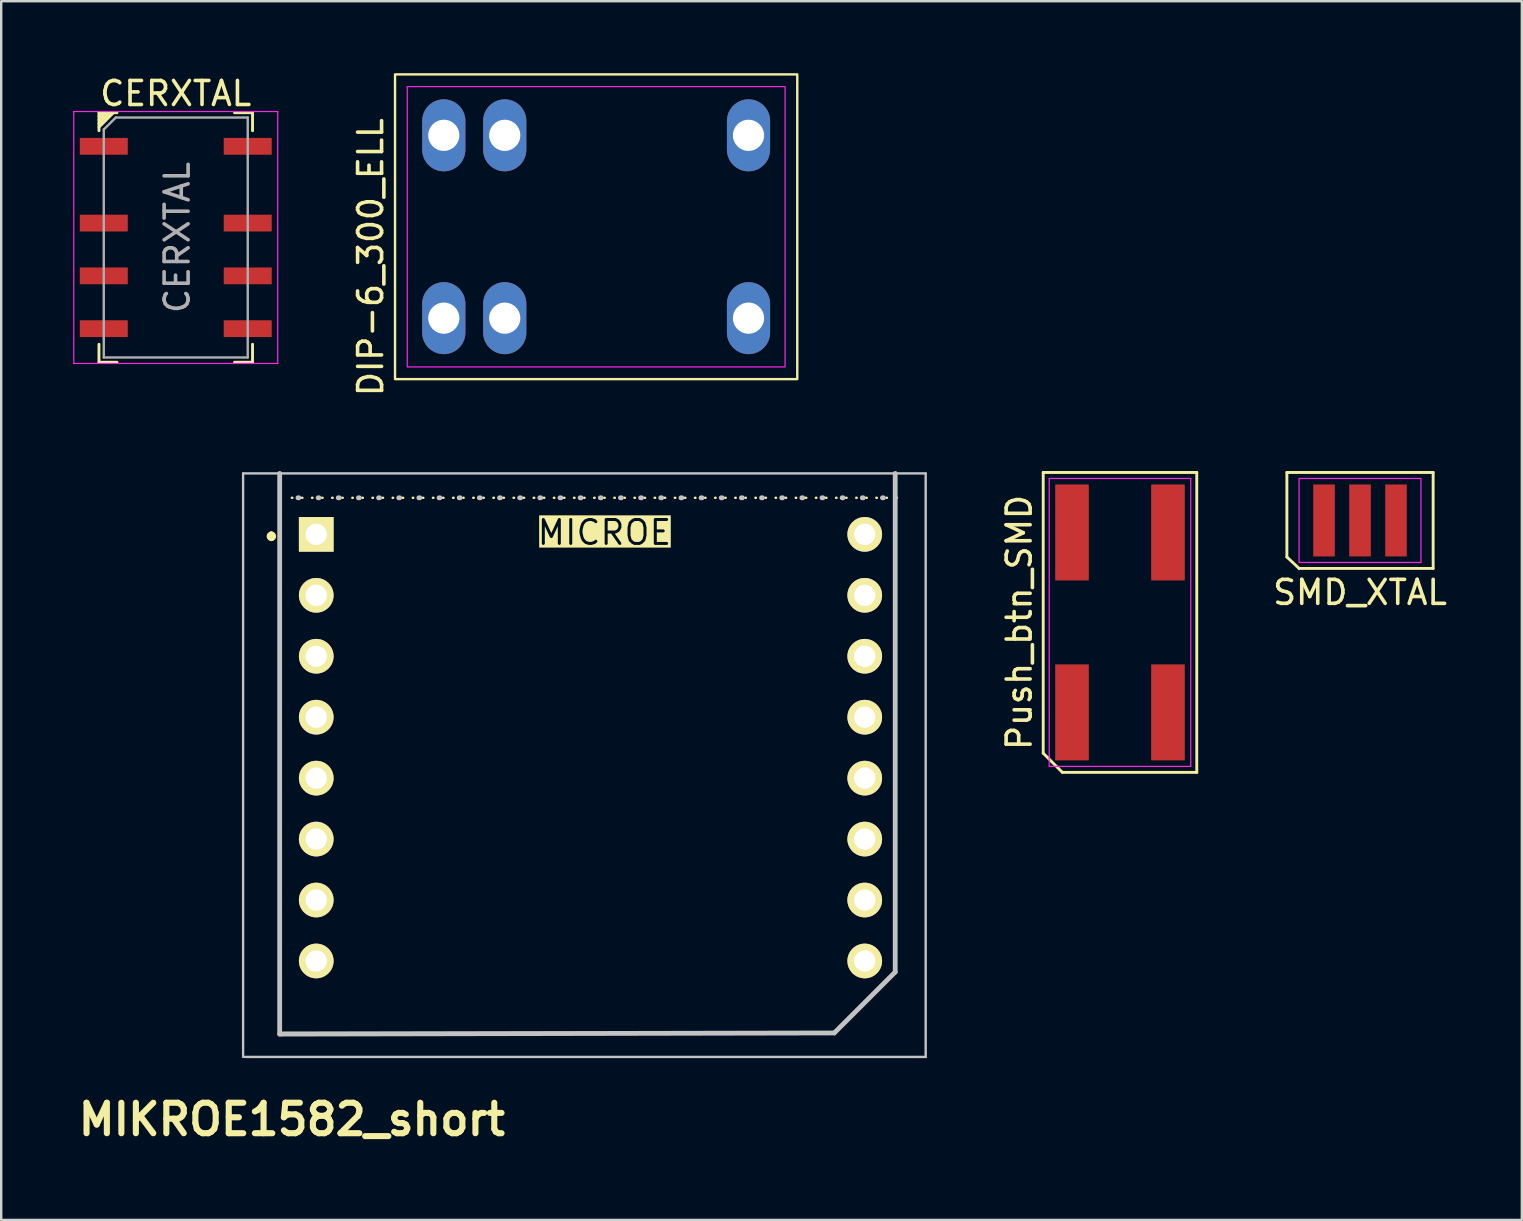
<source format=kicad_pcb>
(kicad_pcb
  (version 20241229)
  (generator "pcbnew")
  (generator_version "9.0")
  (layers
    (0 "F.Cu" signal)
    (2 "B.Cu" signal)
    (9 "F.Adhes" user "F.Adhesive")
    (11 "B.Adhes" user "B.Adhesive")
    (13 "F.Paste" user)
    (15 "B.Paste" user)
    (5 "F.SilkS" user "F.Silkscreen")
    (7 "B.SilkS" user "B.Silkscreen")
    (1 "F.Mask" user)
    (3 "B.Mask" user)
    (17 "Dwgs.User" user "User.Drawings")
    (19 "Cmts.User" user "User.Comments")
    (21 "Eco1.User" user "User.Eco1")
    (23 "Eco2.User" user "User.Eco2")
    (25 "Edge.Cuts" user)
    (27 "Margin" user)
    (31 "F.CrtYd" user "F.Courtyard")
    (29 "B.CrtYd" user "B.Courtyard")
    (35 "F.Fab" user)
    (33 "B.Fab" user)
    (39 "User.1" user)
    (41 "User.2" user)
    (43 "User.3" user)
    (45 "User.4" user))
  (footprint "DIP-6_300_ELL"
    (layer "F.Cu")
    (at 15.446 7.67)
    (property "Reference" "DIP-6_300_ELL" (at -3.048 0 90) (layer "F.SilkS") (effects (font (size 1 1) (thickness 0.15))))
    (fp_rect (start -2.032 -7.62) (end 14.732 5.08) (stroke (width 0.1) (type default)) (fill no) (layer "F.SilkS"))
    (fp_rect (start -1.524 -7.112) (end 14.224 4.572) (stroke (width 0.05) (type default)) (fill no) (layer "F.CrtYd"))
    (pad "1" thru_hole oval (at 0 2.54) (size 1.8 3) (drill 1.3) (layers "*.Cu" "*.Mask"))
    (pad "2" thru_hole oval (at 2.54 2.54) (size 1.8 3) (drill 1.3) (layers "*.Cu" "*.Mask"))
    (pad "3" thru_hole oval (at 12.7 2.54) (size 1.8 3) (drill 1.3) (layers "*.Cu" "*.Mask"))
    (pad "4" thru_hole oval (at 12.7 -5.08) (size 1.8 3) (drill 1.3) (layers "*.Cu" "*.Mask"))
    (pad "5" thru_hole oval (at 2.54 -5.08) (size 1.8 3) (drill 1.3) (layers "*.Cu" "*.Mask"))
    (pad "6" thru_hole oval (at 0 -5.08) (size 1.8 3) (drill 1.3) (layers "*.Cu" "*.Mask")))
  (footprint "MIKROE1582_short"
    (layer "F.Cu")
    (at 10.13 19.221)
    (property "Reference" "MIKROE1582_short" (at -1.016 24.384 0) (layer "F.SilkS") (effects (font (size 1.27 1.27) (thickness 0.254))))
    (attr through_hole exclude_from_pos_files)
    (fp_line (start -1.87 -0.02) (end -1.87 -0.02) (stroke (width 0.2) (type solid)) (layer "F.SilkS"))
    (fp_line (start -1.87 0.18) (end -1.87 0.18) (stroke (width 0.2) (type solid)) (layer "F.SilkS"))
    (fp_line (start -1.524 20.78) (end -1.524 -2.54) (stroke (width 0.1) (type solid)) (layer "F.SilkS"))
    (fp_line (start -1.016 -1.524) (end 24.384 -1.524) (stroke (width 0.1) (type dot)) (layer "F.SilkS"))
    (fp_line (start 21.59 20.78) (end -1.524 20.78) (stroke (width 0.1) (type solid)) (layer "F.SilkS"))
    (fp_line (start 24.13 -2.54) (end 24.13 18.24) (stroke (width 0.1) (type solid)) (layer "F.SilkS"))
    (fp_line (start 24.13 17.78) (end 24.13 18.24) (stroke (width 0.1) (type solid)) (layer "F.SilkS"))
    (fp_line (start 24.13 18.24) (end 21.59 20.78) (stroke (width 0.1) (type solid)) (layer "F.SilkS"))
    (fp_arc (start -1.87 -0.02) (mid -1.77 0.08) (end -1.87 0.18) (stroke (width 0.2) (type solid)) (layer "F.SilkS"))
    (fp_arc (start -1.87 0.18) (mid -1.97 0.08) (end -1.87 -0.02) (stroke (width 0.2) (type solid)) (layer "F.SilkS"))
    (fp_line (start -3.048 -2.54) (end 25.4 -2.54) (stroke (width 0.1) (type solid)) (layer "Dwgs.User"))
    (fp_line (start -3.048 21.78) (end -3.048 -2.54) (stroke (width 0.1) (type solid)) (layer "Dwgs.User"))
    (fp_line (start -1.524 20.828) (end -1.524 -2.54) (stroke (width 0.2) (type solid)) (layer "Dwgs.User"))
    (fp_line (start -0.762 -1.524) (end 24.13 -1.524) (stroke (width 0.2) (type dot)) (layer "Dwgs.User"))
    (fp_line (start 21.59 20.78) (end -1.524 20.828) (stroke (width 0.2) (type solid)) (layer "Dwgs.User"))
    (fp_line (start 24.13 -2.54) (end 24.13 18.24) (stroke (width 0.2) (type solid)) (layer "Dwgs.User"))
    (fp_line (start 24.13 18.24) (end 21.59 20.78) (stroke (width 0.2) (type solid)) (layer "Dwgs.User"))
    (fp_line (start 25.4 -2.54) (end 25.4 21.78) (stroke (width 0.1) (type solid)) (layer "Dwgs.User"))
    (fp_line (start 25.4 21.78) (end -2.97 21.78) (stroke (width 0.1) (type solid)) (layer "Dwgs.User"))
    (fp_text user "MICROE" (at 9.144 0.508 0) (unlocked yes) (layer "F.SilkS" knockout) (effects (font (size 1 1) (thickness 0.125)) (justify left bottom)))
    (pad "1" thru_hole rect (at 0 0 90) (size 1.445 1.445) (drill 0.889) (layers "*.Cu" "*.Mask" "F.SilkS"))
    (pad "2" thru_hole circle (at 0 2.54 90) (size 1.445 1.445) (drill 0.889) (layers "*.Cu" "*.Mask" "F.SilkS"))
    (pad "3" thru_hole circle (at 0 5.08 90) (size 1.445 1.445) (drill 0.889) (layers "*.Cu" "*.Mask" "F.SilkS"))
    (pad "4" thru_hole circle (at 0 7.62 90) (size 1.445 1.445) (drill 0.889) (layers "*.Cu" "*.Mask" "F.SilkS"))
    (pad "5" thru_hole circle (at 0 10.16 90) (size 1.445 1.445) (drill 0.889) (layers "*.Cu" "*.Mask" "F.SilkS"))
    (pad "6" thru_hole circle (at 0 12.7 90) (size 1.445 1.445) (drill 0.889) (layers "*.Cu" "*.Mask" "F.SilkS"))
    (pad "7" thru_hole circle (at 0 15.24 90) (size 1.445 1.445) (drill 0.889) (layers "*.Cu" "*.Mask" "F.SilkS"))
    (pad "8" thru_hole circle (at 0 17.78 90) (size 1.445 1.445) (drill 0.889) (layers "*.Cu" "*.Mask" "F.SilkS"))
    (pad "9" thru_hole circle (at 22.86 17.78 90) (size 1.445 1.445) (drill 0.889) (layers "*.Cu" "*.Mask" "F.SilkS"))
    (pad "10" thru_hole circle (at 22.86 15.24 90) (size 1.445 1.445) (drill 0.889) (layers "*.Cu" "*.Mask" "F.SilkS"))
    (pad "11" thru_hole circle (at 22.86 12.7 90) (size 1.445 1.445) (drill 0.889) (layers "*.Cu" "*.Mask" "F.SilkS"))
    (pad "12" thru_hole circle (at 22.86 10.16 90) (size 1.445 1.445) (drill 0.889) (layers "*.Cu" "*.Mask" "F.SilkS"))
    (pad "13" thru_hole circle (at 22.86 7.62 90) (size 1.445 1.445) (drill 0.889) (layers "*.Cu" "*.Mask" "F.SilkS"))
    (pad "14" thru_hole circle (at 22.86 5.08 90) (size 1.445 1.445) (drill 0.889) (layers "*.Cu" "*.Mask" "F.SilkS"))
    (pad "15" thru_hole circle (at 22.86 2.54 90) (size 1.445 1.445) (drill 0.889) (layers "*.Cu" "*.Mask" "F.SilkS"))
    (pad "16" thru_hole circle (at 22.86 0 90) (size 1.445 1.445) (drill 0.889) (layers "*.Cu" "*.Mask" "F.SilkS")))
  (footprint "CERXTAL"
    (layer "F.Cu")
    (at 4.275 6.848)
    (property "Reference" "CERXTAL" (at 0 -6 0) (layer "F.SilkS") (effects (font (size 1 1) (thickness 0.15))))
    (attr smd)
    (fp_line (start -3.2 -5.2) (end -3.2 -4.45) (stroke (width 0.12) (type solid)) (layer "F.SilkS"))
    (fp_line (start -3.2 4.45) (end -3.2 5.2) (stroke (width 0.12) (type solid)) (layer "F.SilkS"))
    (fp_line (start -3.2 5.2) (end -2.45 5.2) (stroke (width 0.12) (type solid)) (layer "F.SilkS"))
    (fp_line (start -3.05 -5.2) (end -3.2 -5.05) (stroke (width 0.12) (type solid)) (layer "F.SilkS"))
    (fp_line (start -2.9 -5.2) (end -3.2 -4.9) (stroke (width 0.12) (type solid)) (layer "F.SilkS"))
    (fp_line (start -2.75 -5.2) (end -3.2 -4.75) (stroke (width 0.12) (type solid)) (layer "F.SilkS"))
    (fp_line (start -2.6 -5.2) (end -3.2 -4.6) (stroke (width 0.12) (type solid)) (layer "F.SilkS"))
    (fp_line (start -2.45 -5.2) (end -3.2 -5.2) (stroke (width 0.12) (type solid)) (layer "F.SilkS"))
    (fp_line (start 2.45 -5.2) (end 3.2 -5.2) (stroke (width 0.12) (type solid)) (layer "F.SilkS"))
    (fp_line (start 2.45 5.2) (end 3.2 5.2) (stroke (width 0.12) (type solid)) (layer "F.SilkS"))
    (fp_line (start 3.2 -5.2) (end 3.2 -4.45) (stroke (width 0.12) (type solid)) (layer "F.SilkS"))
    (fp_line (start 3.2 4.45) (end 3.2 5.2) (stroke (width 0.12) (type solid)) (layer "F.SilkS"))
    (fp_line (start -4.25 -5.25) (end -4.25 5.25) (stroke (width 0.05) (type solid)) (layer "F.CrtYd"))
    (fp_line (start -4.25 5.25) (end 4.25 5.25) (stroke (width 0.05) (type solid)) (layer "F.CrtYd"))
    (fp_line (start 4.25 -5.25) (end -4.25 -5.25) (stroke (width 0.05) (type solid)) (layer "F.CrtYd"))
    (fp_line (start 4.25 5.25) (end 4.25 -5.25) (stroke (width 0.05) (type solid)) (layer "F.CrtYd"))
    (fp_line (start -3 -4.5) (end -2.5 -5) (stroke (width 0.1) (type solid)) (layer "F.Fab"))
    (fp_line (start -3 5) (end -3 -4.5) (stroke (width 0.1) (type solid)) (layer "F.Fab"))
    (fp_line (start -2.5 -5) (end 3 -5) (stroke (width 0.1) (type solid)) (layer "F.Fab"))
    (fp_line (start 3 -5) (end 3 5) (stroke (width 0.1) (type solid)) (layer "F.Fab"))
    (fp_line (start 3 5) (end -3 5) (stroke (width 0.1) (type solid)) (layer "F.Fab"))
    (fp_text user "${REFERENCE}" (at 0.06 0 90) (layer "F.Fab") (effects (font (size 1 1) (thickness 0.15))))
    (pad "1" smd rect (at -3 -3.8) (size 2 0.7) (layers "F.Cu" "F.Mask" "F.Paste"))
    (pad "2" smd rect (at -3 -0.6) (size 2 0.7) (layers "F.Cu" "F.Mask" "F.Paste"))
    (pad "3" smd rect (at -3 1.6) (size 2 0.7) (layers "F.Cu" "F.Mask" "F.Paste"))
    (pad "4" smd rect (at -3 3.8) (size 2 0.7) (layers "F.Cu" "F.Mask" "F.Paste"))
    (pad "5" smd rect (at 3 3.8) (size 2 0.7) (layers "F.Cu" "F.Mask" "F.Paste"))
    (pad "6" smd rect (at 3 1.6) (size 2 0.7) (layers "F.Cu" "F.Mask" "F.Paste"))
    (pad "7" smd rect (at 3 -0.6) (size 2 0.7) (layers "F.Cu" "F.Mask" "F.Paste"))
    (pad "8" smd rect (at 3 -3.8) (size 2 0.7) (layers "F.Cu" "F.Mask" "F.Paste")))
  (footprint "Push_btn_SMD"
    (layer "F.Cu")
    (at 43.628 22.891)
    (property "Reference" "Push_btn_SMD" (at -4.2 0 90) (layer "F.SilkS") (effects (font (size 1 1) (thickness 0.15))))
    (attr through_hole)
    (fp_line (start -3.2 -6.25) (end 3.2 -6.25) (stroke (width 0.12) (type default)) (layer "F.SilkS"))
    (fp_line (start -3.2 5.45) (end -3.2 -6.25) (stroke (width 0.12) (type default)) (layer "F.SilkS"))
    (fp_line (start -2.4 6.25) (end -3.2 5.45) (stroke (width 0.12) (type default)) (layer "F.SilkS"))
    (fp_line (start 3.2 -6.25) (end 3.2 6.25) (stroke (width 0.12) (type default)) (layer "F.SilkS"))
    (fp_line (start 3.2 6.25) (end -2.4 6.25) (stroke (width 0.12) (type default)) (layer "F.SilkS"))
    (fp_line (start -2.95 -6) (end 2.95 -6) (stroke (width 0.05) (type default)) (layer "F.CrtYd"))
    (fp_line (start -2.95 6) (end -2.95 -6) (stroke (width 0.05) (type default)) (layer "F.CrtYd"))
    (fp_line (start 2.95 -6) (end 2.95 6) (stroke (width 0.05) (type default)) (layer "F.CrtYd"))
    (fp_line (start 2.95 6) (end -2.95 6) (stroke (width 0.05) (type default)) (layer "F.CrtYd"))
    (pad "1" smd rect (at -2 3.75) (size 1.4 4) (layers "F.Cu" "F.Mask" "F.Paste"))
    (pad "2" smd rect (at 2 3.75) (size 1.4 4) (layers "F.Cu" "F.Mask" "F.Paste"))
    (pad "3" smd rect (at 2 -3.75) (size 1.4 4) (layers "F.Cu" "F.Mask" "F.Paste"))
    (pad "4" smd rect (at -2 -3.75) (size 1.4 4) (layers "F.Cu" "F.Mask" "F.Paste")))
  (footprint "SMD_XTAL"
    (layer "F.Cu")
    (at 53.632 18.641)
    (property "Reference" "SMD_XTAL" (at 0 3 0) (layer "F.SilkS") (effects (font (size 1 1) (thickness 0.15))))
    (attr through_hole)
    (fp_line (start -3.048 -2) (end 3.048 -2) (stroke (width 0.12) (type default)) (layer "F.SilkS"))
    (fp_line (start -3.048 1.524) (end -3.048 -2) (stroke (width 0.12) (type default)) (layer "F.SilkS"))
    (fp_line (start -2.54 2) (end -3.048 1.524) (stroke (width 0.12) (type default)) (layer "F.SilkS"))
    (fp_line (start 3.048 -2) (end 3.048 2) (stroke (width 0.12) (type default)) (layer "F.SilkS"))
    (fp_line (start 3.048 2) (end -2.54 2) (stroke (width 0.12) (type default)) (layer "F.SilkS"))
    (fp_rect (start -2.54 -1.75) (end 2.54 1.75) (stroke (width 0.05) (type default)) (fill no) (layer "F.CrtYd"))
    (pad "1" smd rect (at -1.5 0) (size 0.9 3) (layers "F.Cu" "F.Mask" "F.Paste"))
    (pad "2" smd rect (at 0 0) (size 0.9 3) (layers "F.Cu" "F.Mask" "F.Paste"))
    (pad "3" smd rect (at 1.5 0) (size 0.9 3) (layers "F.Cu" "F.Mask" "F.Paste")))
  (gr_rect
    (start -3 -3)
    (end 60.376 47.793)
    (stroke (width 0.1) (type default))
    (fill no)
    (layer "Edge.Cuts")))
</source>
